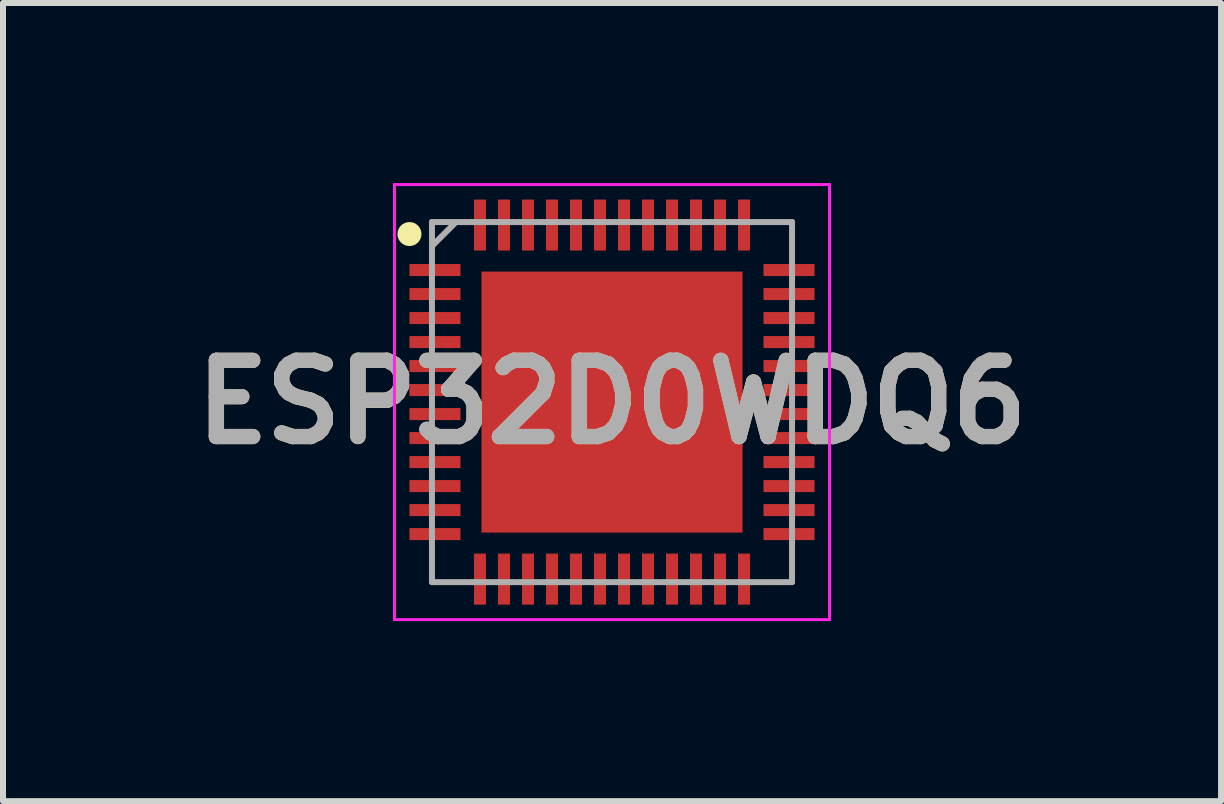
<source format=kicad_pcb>
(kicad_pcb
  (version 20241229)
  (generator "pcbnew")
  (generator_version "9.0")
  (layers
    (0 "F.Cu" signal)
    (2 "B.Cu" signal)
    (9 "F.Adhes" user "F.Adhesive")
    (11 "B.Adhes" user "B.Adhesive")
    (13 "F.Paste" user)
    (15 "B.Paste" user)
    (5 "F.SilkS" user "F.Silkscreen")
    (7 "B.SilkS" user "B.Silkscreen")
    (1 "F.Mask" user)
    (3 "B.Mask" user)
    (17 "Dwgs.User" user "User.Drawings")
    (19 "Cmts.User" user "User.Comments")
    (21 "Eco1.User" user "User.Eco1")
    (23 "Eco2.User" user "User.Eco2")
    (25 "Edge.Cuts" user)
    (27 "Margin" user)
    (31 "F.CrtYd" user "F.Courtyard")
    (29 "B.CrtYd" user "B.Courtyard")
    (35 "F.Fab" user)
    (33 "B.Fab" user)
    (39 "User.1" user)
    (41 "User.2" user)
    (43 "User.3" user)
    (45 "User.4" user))
  (footprint "ESP32D0WDQ6"
    (layer "F.Cu")
    (at 7.148 3.65)
    (property "Reference" "ESP32D0WDQ6" (at 0 0 0) (layer "F.SilkS") (effects (font (size 1.27 1.27) (thickness 0.254))))
    (attr smd)
    (fp_circle (center -3.375 -2.8) (end -3.375 -2.7) (stroke (width 0.2) (type solid)) (fill no) (layer "F.SilkS"))
    (fp_line (start -3.625 -3.625) (end 3.625 -3.625) (stroke (width 0.05) (type solid)) (layer "F.CrtYd"))
    (fp_line (start -3.625 3.625) (end -3.625 -3.625) (stroke (width 0.05) (type solid)) (layer "F.CrtYd"))
    (fp_line (start 3.625 -3.625) (end 3.625 3.625) (stroke (width 0.05) (type solid)) (layer "F.CrtYd"))
    (fp_line (start 3.625 3.625) (end -3.625 3.625) (stroke (width 0.05) (type solid)) (layer "F.CrtYd"))
    (fp_line (start -3 -3) (end 3 -3) (stroke (width 0.1) (type solid)) (layer "F.Fab"))
    (fp_line (start -3 -2.6) (end -2.6 -3) (stroke (width 0.1) (type solid)) (layer "F.Fab"))
    (fp_line (start -3 3) (end -3 -3) (stroke (width 0.1) (type solid)) (layer "F.Fab"))
    (fp_line (start 3 -3) (end 3 3) (stroke (width 0.1) (type solid)) (layer "F.Fab"))
    (fp_line (start 3 3) (end -3 3) (stroke (width 0.1) (type solid)) (layer "F.Fab"))
    (fp_text user "${REFERENCE}" (at 0 0 0) (layer "F.Fab") (effects (font (size 1.27 1.27) (thickness 0.254))))
    (pad "1" smd rect (at -2.95 -2.2 90) (size 0.2 0.85) (layers "F.Cu" "F.Mask" "F.Paste"))
    (pad "2" smd rect (at -2.95 -1.8 90) (size 0.2 0.85) (layers "F.Cu" "F.Mask" "F.Paste"))
    (pad "3" smd rect (at -2.95 -1.4 90) (size 0.2 0.85) (layers "F.Cu" "F.Mask" "F.Paste"))
    (pad "4" smd rect (at -2.95 -1 90) (size 0.2 0.85) (layers "F.Cu" "F.Mask" "F.Paste"))
    (pad "5" smd rect (at -2.95 -0.6 90) (size 0.2 0.85) (layers "F.Cu" "F.Mask" "F.Paste"))
    (pad "6" smd rect (at -2.95 -0.2 90) (size 0.2 0.85) (layers "F.Cu" "F.Mask" "F.Paste"))
    (pad "7" smd rect (at -2.95 0.2 90) (size 0.2 0.85) (layers "F.Cu" "F.Mask" "F.Paste"))
    (pad "8" smd rect (at -2.95 0.6 90) (size 0.2 0.85) (layers "F.Cu" "F.Mask" "F.Paste"))
    (pad "9" smd rect (at -2.95 1 90) (size 0.2 0.85) (layers "F.Cu" "F.Mask" "F.Paste"))
    (pad "10" smd rect (at -2.95 1.4 90) (size 0.2 0.85) (layers "F.Cu" "F.Mask" "F.Paste"))
    (pad "11" smd rect (at -2.95 1.8 90) (size 0.2 0.85) (layers "F.Cu" "F.Mask" "F.Paste"))
    (pad "12" smd rect (at -2.95 2.2 90) (size 0.2 0.85) (layers "F.Cu" "F.Mask" "F.Paste"))
    (pad "13" smd rect (at -2.2 2.95) (size 0.2 0.85) (layers "F.Cu" "F.Mask" "F.Paste"))
    (pad "14" smd rect (at -1.8 2.95) (size 0.2 0.85) (layers "F.Cu" "F.Mask" "F.Paste"))
    (pad "15" smd rect (at -1.4 2.95) (size 0.2 0.85) (layers "F.Cu" "F.Mask" "F.Paste"))
    (pad "16" smd rect (at -1 2.95) (size 0.2 0.85) (layers "F.Cu" "F.Mask" "F.Paste"))
    (pad "17" smd rect (at -0.6 2.95) (size 0.2 0.85) (layers "F.Cu" "F.Mask" "F.Paste"))
    (pad "18" smd rect (at -0.2 2.95) (size 0.2 0.85) (layers "F.Cu" "F.Mask" "F.Paste"))
    (pad "19" smd rect (at 0.2 2.95) (size 0.2 0.85) (layers "F.Cu" "F.Mask" "F.Paste"))
    (pad "20" smd rect (at 0.6 2.95) (size 0.2 0.85) (layers "F.Cu" "F.Mask" "F.Paste"))
    (pad "21" smd rect (at 1 2.95) (size 0.2 0.85) (layers "F.Cu" "F.Mask" "F.Paste"))
    (pad "22" smd rect (at 1.4 2.95) (size 0.2 0.85) (layers "F.Cu" "F.Mask" "F.Paste"))
    (pad "23" smd rect (at 1.8 2.95) (size 0.2 0.85) (layers "F.Cu" "F.Mask" "F.Paste"))
    (pad "24" smd rect (at 2.2 2.95) (size 0.2 0.85) (layers "F.Cu" "F.Mask" "F.Paste"))
    (pad "25" smd rect (at 2.95 2.2 90) (size 0.2 0.85) (layers "F.Cu" "F.Mask" "F.Paste"))
    (pad "26" smd rect (at 2.95 1.8 90) (size 0.2 0.85) (layers "F.Cu" "F.Mask" "F.Paste"))
    (pad "27" smd rect (at 2.95 1.4 90) (size 0.2 0.85) (layers "F.Cu" "F.Mask" "F.Paste"))
    (pad "28" smd rect (at 2.95 1 90) (size 0.2 0.85) (layers "F.Cu" "F.Mask" "F.Paste"))
    (pad "29" smd rect (at 2.95 0.6 90) (size 0.2 0.85) (layers "F.Cu" "F.Mask" "F.Paste"))
    (pad "30" smd rect (at 2.95 0.2 90) (size 0.2 0.85) (layers "F.Cu" "F.Mask" "F.Paste"))
    (pad "31" smd rect (at 2.95 -0.2 90) (size 0.2 0.85) (layers "F.Cu" "F.Mask" "F.Paste"))
    (pad "32" smd rect (at 2.95 -0.6 90) (size 0.2 0.85) (layers "F.Cu" "F.Mask" "F.Paste"))
    (pad "33" smd rect (at 2.95 -1 90) (size 0.2 0.85) (layers "F.Cu" "F.Mask" "F.Paste"))
    (pad "34" smd rect (at 2.95 -1.4 90) (size 0.2 0.85) (layers "F.Cu" "F.Mask" "F.Paste"))
    (pad "35" smd rect (at 2.95 -1.8 90) (size 0.2 0.85) (layers "F.Cu" "F.Mask" "F.Paste"))
    (pad "36" smd rect (at 2.95 -2.2 90) (size 0.2 0.85) (layers "F.Cu" "F.Mask" "F.Paste"))
    (pad "37" smd rect (at 2.2 -2.95) (size 0.2 0.85) (layers "F.Cu" "F.Mask" "F.Paste"))
    (pad "38" smd rect (at 1.8 -2.95) (size 0.2 0.85) (layers "F.Cu" "F.Mask" "F.Paste"))
    (pad "39" smd rect (at 1.4 -2.95) (size 0.2 0.85) (layers "F.Cu" "F.Mask" "F.Paste"))
    (pad "40" smd rect (at 1 -2.95) (size 0.2 0.85) (layers "F.Cu" "F.Mask" "F.Paste"))
    (pad "41" smd rect (at 0.6 -2.95) (size 0.2 0.85) (layers "F.Cu" "F.Mask" "F.Paste"))
    (pad "42" smd rect (at 0.2 -2.95) (size 0.2 0.85) (layers "F.Cu" "F.Mask" "F.Paste"))
    (pad "43" smd rect (at -0.2 -2.95) (size 0.2 0.85) (layers "F.Cu" "F.Mask" "F.Paste"))
    (pad "44" smd rect (at -0.6 -2.95) (size 0.2 0.85) (layers "F.Cu" "F.Mask" "F.Paste"))
    (pad "45" smd rect (at -1 -2.95) (size 0.2 0.85) (layers "F.Cu" "F.Mask" "F.Paste"))
    (pad "46" smd rect (at -1.4 -2.95) (size 0.2 0.85) (layers "F.Cu" "F.Mask" "F.Paste"))
    (pad "47" smd rect (at -1.8 -2.95) (size 0.2 0.85) (layers "F.Cu" "F.Mask" "F.Paste"))
    (pad "48" smd rect (at -2.2 -2.95) (size 0.2 0.85) (layers "F.Cu" "F.Mask" "F.Paste"))
    (pad "49" smd rect (at 0 0) (size 4.35 4.35) (layers "F.Cu" "F.Mask" "F.Paste")))
  (gr_rect
    (start -3 -3)
    (end 17.297 10.3)
    (stroke (width 0.1) (type default))
    (fill no)
    (layer "Edge.Cuts")))
</source>
